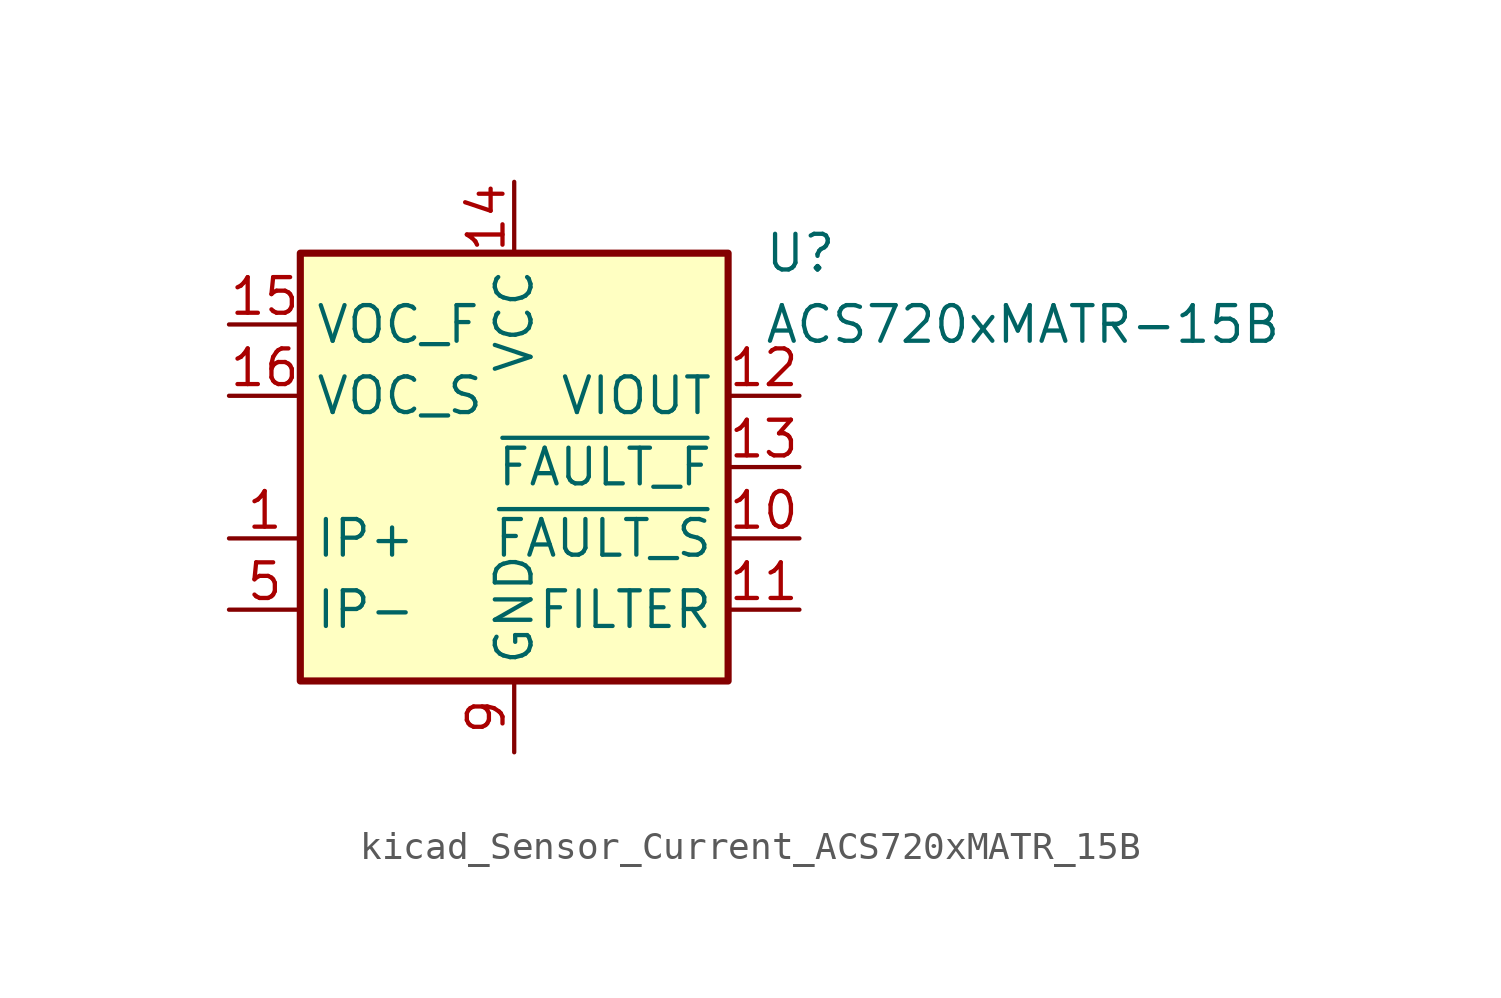
<source format=kicad_sym>
(kicad_symbol_lib
  (version 20220914)
  (generator kicad_symbol_editor)
  (symbol "kicad_Sensor_Current_ACS720xMATR_15B"
    (property "Reference" "U"
      (at 8.89 7.62 0)
      (effects (font (size 1.27 1.27)) (justify left)))
    (property "Value" "ACS720xMATR-15B"
      (at 8.89 5.08 0)
      (effects (font (size 1.27 1.27)) (justify left)))
    (symbol "kicad_Sensor_Current_ACS720xMATR_15B_0_1"
      (rectangle (start -7.62 7.62) (end 7.62 -7.62) (stroke (width 0.254) (type default)) (fill (type background))))
    (symbol "kicad_Sensor_Current_ACS720xMATR_15B_1_1"
      (pin passive line (at -10.16 -2.54 0) (length 2.54) (name "IP+" (effects (font (size 1.27 1.27)))) (number "1" (effects (font (size 1.27 1.27)))))
      (pin open_collector line (at 10.16 -2.54 180) (length 2.54) (name "~{FAULT_S}" (effects (font (size 1.27 1.27)))) (number "10" (effects (font (size 1.27 1.27)))))
      (pin passive line (at 10.16 -5.08 180) (length 2.54) (name "FILTER" (effects (font (size 1.27 1.27)))) (number "11" (effects (font (size 1.27 1.27)))))
      (pin output line (at 10.16 2.54 180) (length 2.54) (name "VIOUT" (effects (font (size 1.27 1.27)))) (number "12" (effects (font (size 1.27 1.27)))))
      (pin open_collector line (at 10.16 0 180) (length 2.54) (name "~{FAULT_F}" (effects (font (size 1.27 1.27)))) (number "13" (effects (font (size 1.27 1.27)))))
      (pin power_in line (at 0 10.16 270) (length 2.54) (name "VCC" (effects (font (size 1.27 1.27)))) (number "14" (effects (font (size 1.27 1.27)))))
      (pin input line (at -10.16 5.08 0) (length 2.54) (name "VOC_F" (effects (font (size 1.27 1.27)))) (number "15" (effects (font (size 1.27 1.27)))))
      (pin input line (at -10.16 2.54 0) (length 2.54) (name "VOC_S" (effects (font (size 1.27 1.27)))) (number "16" (effects (font (size 1.27 1.27)))))
      (pin passive line (at -10.16 -2.54 0) (length 2.54) hide (name "IP+" (effects (font (size 1.27 1.27)))) (number "2" (effects (font (size 1.27 1.27)))))
      (pin passive line (at -10.16 -2.54 0) (length 2.54) hide (name "IP+" (effects (font (size 1.27 1.27)))) (number "3" (effects (font (size 1.27 1.27)))))
      (pin passive line (at -10.16 -2.54 0) (length 2.54) hide (name "IP+" (effects (font (size 1.27 1.27)))) (number "4" (effects (font (size 1.27 1.27)))))
      (pin passive line (at -10.16 -5.08 0) (length 2.54) (name "IP-" (effects (font (size 1.27 1.27)))) (number "5" (effects (font (size 1.27 1.27)))))
      (pin passive line (at -10.16 -5.08 0) (length 2.54) hide (name "IP-" (effects (font (size 1.27 1.27)))) (number "6" (effects (font (size 1.27 1.27)))))
      (pin passive line (at -10.16 -5.08 0) (length 2.54) hide (name "IP-" (effects (font (size 1.27 1.27)))) (number "7" (effects (font (size 1.27 1.27)))))
      (pin passive line (at -10.16 -5.08 0) (length 2.54) hide (name "IP-" (effects (font (size 1.27 1.27)))) (number "8" (effects (font (size 1.27 1.27)))))
      (pin power_in line (at 0 -10.16 90) (length 2.54) (name "GND" (effects (font (size 1.27 1.27)))) (number "9" (effects (font (size 1.27 1.27))))))))
</source>
